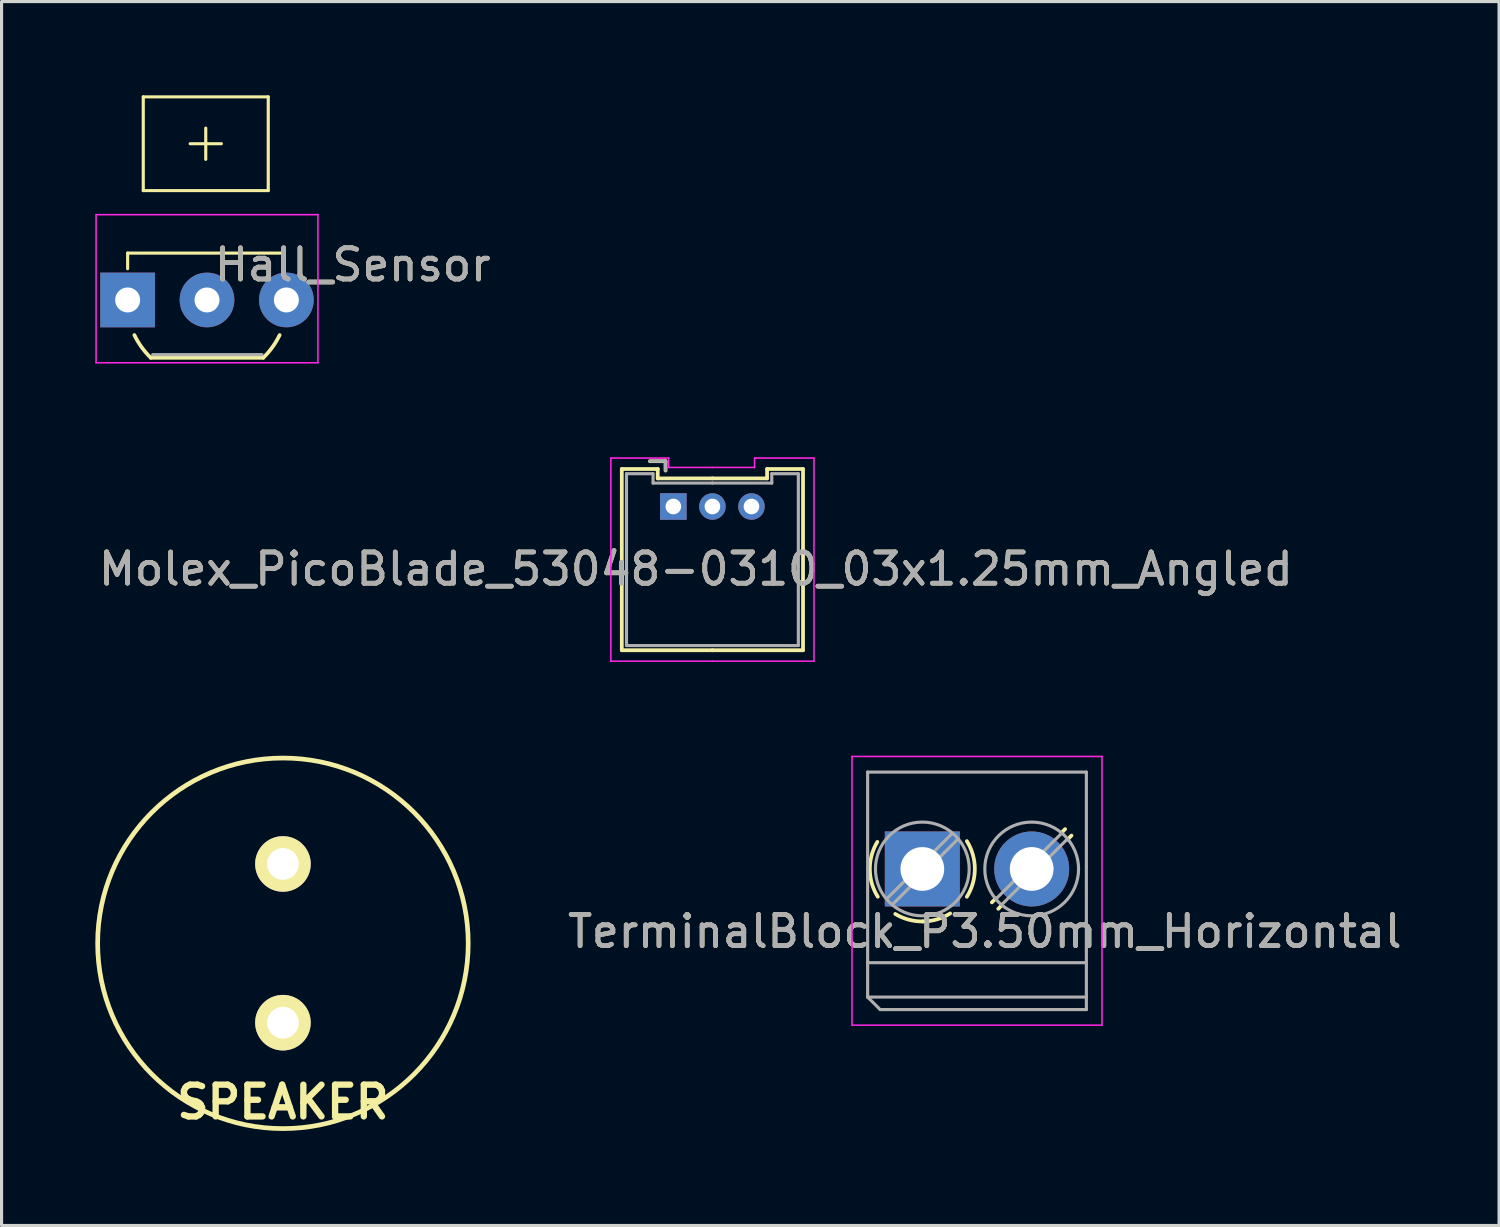
<source format=kicad_pcb>
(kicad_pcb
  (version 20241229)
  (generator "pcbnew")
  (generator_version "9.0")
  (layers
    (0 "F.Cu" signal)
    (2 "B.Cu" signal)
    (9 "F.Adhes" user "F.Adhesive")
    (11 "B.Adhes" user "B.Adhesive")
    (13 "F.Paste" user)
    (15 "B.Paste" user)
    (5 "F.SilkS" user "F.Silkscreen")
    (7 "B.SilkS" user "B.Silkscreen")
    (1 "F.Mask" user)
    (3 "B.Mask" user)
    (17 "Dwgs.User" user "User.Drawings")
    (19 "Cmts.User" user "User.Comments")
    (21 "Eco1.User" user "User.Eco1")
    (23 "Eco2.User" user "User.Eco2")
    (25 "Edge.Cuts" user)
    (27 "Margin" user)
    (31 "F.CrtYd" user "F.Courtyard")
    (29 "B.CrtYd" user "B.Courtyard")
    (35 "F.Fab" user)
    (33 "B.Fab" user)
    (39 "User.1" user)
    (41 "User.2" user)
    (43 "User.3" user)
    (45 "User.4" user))
  (footprint "Hall_Sensor"
    (layer "F.Cu")
    (at 1.035 6.55)
    (property "Reference" "Hall_Sensor" (at 7.205 -1.125 180) (layer "F.SilkS") (effects (font (size 1 1) (thickness 0.15))))
    (attr through_hole)
    (fp_line (start 0 -1.5) (end 5 -1.5) (stroke (width 0.1) (type solid)) (layer "F.SilkS"))
    (fp_line (start 0 -1) (end 0 -1.5) (stroke (width 0.1) (type solid)) (layer "F.SilkS"))
    (fp_line (start 0.5 -6.5) (end 4.5 -6.5) (stroke (width 0.1) (type solid)) (layer "F.SilkS"))
    (fp_line (start 0.5 -3.5) (end 0.5 -6.5) (stroke (width 0.1) (type solid)) (layer "F.SilkS"))
    (fp_line (start 0.74 1.85) (end 4.34 1.85) (stroke (width 0.12) (type solid)) (layer "F.SilkS"))
    (fp_line (start 2 -5) (end 3 -5) (stroke (width 0.1) (type solid)) (layer "F.SilkS"))
    (fp_line (start 2.5 -5.5) (end 2.5 -4.5) (stroke (width 0.1) (type solid)) (layer "F.SilkS"))
    (fp_line (start 4.5 -6.5) (end 4.5 -3.5) (stroke (width 0.1) (type solid)) (layer "F.SilkS"))
    (fp_line (start 4.5 -3.5) (end 0.5 -3.5) (stroke (width 0.1) (type solid)) (layer "F.SilkS"))
    (fp_line (start 5 -1.5) (end 5 -1) (stroke (width 0.1) (type solid)) (layer "F.SilkS"))
    (fp_arc (start 0.74 1.85) (mid 0.446097 1.509328) (end 0.215816 1.122795) (stroke (width 0.12) (type solid)) (layer "F.SilkS"))
    (fp_arc (start 4.864184 1.122795) (mid 4.633903 1.509328) (end 4.34 1.85) (stroke (width 0.12) (type solid)) (layer "F.SilkS"))
    (fp_line (start -1.01 -2.73) (end -1.01 2.01) (stroke (width 0.05) (type solid)) (layer "F.CrtYd"))
    (fp_line (start -1.01 -2.73) (end 6.09 -2.73) (stroke (width 0.05) (type solid)) (layer "F.CrtYd"))
    (fp_line (start 6.09 2.01) (end -1.01 2.01) (stroke (width 0.05) (type solid)) (layer "F.CrtYd"))
    (fp_line (start 6.09 2.01) (end 6.09 -2.73) (stroke (width 0.05) (type solid)) (layer "F.CrtYd"))
    (fp_line (start 0.8 1.75) (end 4.3 1.75) (stroke (width 0.1) (type solid)) (layer "F.Fab"))
    (fp_text user "${REFERENCE}" (at 7.205 -1.125 180) (layer "F.Fab") (effects (font (size 1 1) (thickness 0.15))))
    (pad "1" thru_hole rect (at 0 0 90) (size 1.75 1.75) (drill 0.8) (layers "*.Cu" "*.Mask"))
    (pad "2" thru_hole circle (at 2.54 0 90) (size 1.75 1.75) (drill 0.8) (layers "*.Cu" "*.Mask"))
    (pad "3" thru_hole circle (at 5.08 0 90) (size 1.75 1.75) (drill 0.8) (layers "*.Cu" "*.Mask")))
  (footprint "Molex_PicoBlade_53048-0310_03x1.25mm_Angled"
    (layer "F.Cu")
    (at 18.5 13.16)
    (property "Reference" "Molex_PicoBlade_53048-0310_03x1.25mm_Angled" (at 0.72 2 0) (layer "F.SilkS") (effects (font (size 1 1) (thickness 0.15))))
    (attr through_hole)
    (fp_line (start -1.65 -1.2) (end -1.65 4.6) (stroke (width 0.12) (type solid)) (layer "F.SilkS"))
    (fp_line (start -1.65 4.6) (end 1.25 4.6) (stroke (width 0.12) (type solid)) (layer "F.SilkS"))
    (fp_line (start -0.5 -1.2) (end -1.65 -1.2) (stroke (width 0.12) (type solid)) (layer "F.SilkS"))
    (fp_line (start -0.5 -0.9) (end -0.5 -1.2) (stroke (width 0.12) (type solid)) (layer "F.SilkS"))
    (fp_line (start -0.25 -1.45) (end -0.75 -1.45) (stroke (width 0.12) (type solid)) (layer "F.SilkS"))
    (fp_line (start -0.25 -1.15) (end -0.25 -1.45) (stroke (width 0.12) (type solid)) (layer "F.SilkS"))
    (fp_line (start 1.25 -0.9) (end -0.5 -0.9) (stroke (width 0.12) (type solid)) (layer "F.SilkS"))
    (fp_line (start 1.25 -0.9) (end 3 -0.9) (stroke (width 0.12) (type solid)) (layer "F.SilkS"))
    (fp_line (start 3 -1.2) (end 4.15 -1.2) (stroke (width 0.12) (type solid)) (layer "F.SilkS"))
    (fp_line (start 3 -0.9) (end 3 -1.2) (stroke (width 0.12) (type solid)) (layer "F.SilkS"))
    (fp_line (start 4.15 -1.2) (end 4.15 4.6) (stroke (width 0.12) (type solid)) (layer "F.SilkS"))
    (fp_line (start 4.15 4.6) (end 1.25 4.6) (stroke (width 0.12) (type solid)) (layer "F.SilkS"))
    (fp_line (start -2 -1.55) (end -2 4.95) (stroke (width 0.05) (type solid)) (layer "F.CrtYd"))
    (fp_line (start -2 4.95) (end 1.25 4.95) (stroke (width 0.05) (type solid)) (layer "F.CrtYd"))
    (fp_line (start -0.15 -1.55) (end -2 -1.55) (stroke (width 0.05) (type solid)) (layer "F.CrtYd"))
    (fp_line (start -0.15 -1.25) (end -0.15 -1.55) (stroke (width 0.05) (type solid)) (layer "F.CrtYd"))
    (fp_line (start 1.25 -1.25) (end -0.15 -1.25) (stroke (width 0.05) (type solid)) (layer "F.CrtYd"))
    (fp_line (start 1.25 -1.25) (end 2.6 -1.25) (stroke (width 0.05) (type solid)) (layer "F.CrtYd"))
    (fp_line (start 2.6 -1.55) (end 4.5 -1.55) (stroke (width 0.05) (type solid)) (layer "F.CrtYd"))
    (fp_line (start 2.6 -1.25) (end 2.6 -1.55) (stroke (width 0.05) (type solid)) (layer "F.CrtYd"))
    (fp_line (start 4.5 -1.55) (end 4.5 4.95) (stroke (width 0.05) (type solid)) (layer "F.CrtYd"))
    (fp_line (start 4.5 4.95) (end 1.25 4.95) (stroke (width 0.05) (type solid)) (layer "F.CrtYd"))
    (fp_line (start -1.5 -1.05) (end -1.5 4.45) (stroke (width 0.1) (type solid)) (layer "F.Fab"))
    (fp_line (start -1.5 4.45) (end 1.25 4.45) (stroke (width 0.1) (type solid)) (layer "F.Fab"))
    (fp_line (start -0.65 -1.05) (end -1.5 -1.05) (stroke (width 0.1) (type solid)) (layer "F.Fab"))
    (fp_line (start -0.65 -0.75) (end -0.65 -1.05) (stroke (width 0.1) (type solid)) (layer "F.Fab"))
    (fp_line (start -0.25 -1.45) (end -0.75 -1.45) (stroke (width 0.1) (type solid)) (layer "F.Fab"))
    (fp_line (start -0.25 -1.15) (end -0.25 -1.45) (stroke (width 0.1) (type solid)) (layer "F.Fab"))
    (fp_line (start 1.25 -0.75) (end -0.65 -0.75) (stroke (width 0.1) (type solid)) (layer "F.Fab"))
    (fp_line (start 1.25 -0.75) (end 3.15 -0.75) (stroke (width 0.1) (type solid)) (layer "F.Fab"))
    (fp_line (start 3.15 -1.05) (end 4 -1.05) (stroke (width 0.1) (type solid)) (layer "F.Fab"))
    (fp_line (start 3.15 -0.75) (end 3.15 -1.05) (stroke (width 0.1) (type solid)) (layer "F.Fab"))
    (fp_line (start 4 -1.05) (end 4 4.45) (stroke (width 0.1) (type solid)) (layer "F.Fab"))
    (fp_line (start 4 4.45) (end 1.25 4.45) (stroke (width 0.1) (type solid)) (layer "F.Fab"))
    (fp_text user "${REFERENCE}" (at 0.72 2 0) (layer "F.Fab") (effects (font (size 1 1) (thickness 0.15))))
    (pad "1" thru_hole rect (at 0 0) (size 0.85 0.85) (drill 0.5) (layers "*.Cu" "*.Mask"))
    (pad "2" thru_hole circle (at 1.25 0) (size 0.85 0.85) (drill 0.5) (layers "*.Cu" "*.Mask"))
    (pad "3" thru_hole circle (at 2.5 0) (size 0.85 0.85) (drill 0.5) (layers "*.Cu" "*.Mask")))
  (footprint "TerminalBlock_P3.50mm_Horizontal"
    (layer "F.Cu")
    (at 26.468 24.76)
    (property "Reference" "TerminalBlock_P3.50mm_Horizontal" (at 2 2 0) (layer "F.SilkS") (effects (font (size 1 1) (thickness 0.15))))
    (attr through_hole)
    (fp_line (start 2.355 0.941) (end 2.226 1.069) (stroke (width 0.12) (type solid)) (layer "F.SilkS"))
    (fp_line (start 2.525 1.181) (end 2.431 1.274) (stroke (width 0.12) (type solid)) (layer "F.SilkS"))
    (fp_line (start 4.57 -1.275) (end 4.476 -1.181) (stroke (width 0.12) (type solid)) (layer "F.SilkS"))
    (fp_line (start 4.775 -1.069) (end 4.646 -0.941) (stroke (width 0.12) (type solid)) (layer "F.SilkS"))
    (fp_arc (start -1.425358 0.889894) (mid -1.680286 0.014012) (end -1.44 -0.866) (stroke (width 0.12) (type solid)) (layer "F.SilkS"))
    (fp_arc (start 0.028674 1.680099) (mid -0.435535 1.622918) (end -0.866 1.44) (stroke (width 0.12) (type solid)) (layer "F.SilkS"))
    (fp_arc (start 0.890264 1.424721) (mid 0.463071 1.61492) (end 0 1.68) (stroke (width 0.12) (type solid)) (layer "F.SilkS"))
    (fp_arc (start 1.425504 -0.890193) (mid 1.680626 0.000476) (end 1.425 0.891) (stroke (width 0.12) (type solid)) (layer "F.SilkS"))
    (fp_line (start -2.25 -3.6) (end -2.25 5) (stroke (width 0.05) (type solid)) (layer "F.CrtYd"))
    (fp_line (start -2.25 5) (end 5.75 5) (stroke (width 0.05) (type solid)) (layer "F.CrtYd"))
    (fp_line (start 5.75 -3.6) (end -2.25 -3.6) (stroke (width 0.05) (type solid)) (layer "F.CrtYd"))
    (fp_line (start 5.75 5) (end 5.75 -3.6) (stroke (width 0.05) (type solid)) (layer "F.CrtYd"))
    (fp_line (start -1.75 -3.1) (end 5.25 -3.1) (stroke (width 0.1) (type solid)) (layer "F.Fab"))
    (fp_line (start -1.75 3) (end 5.25 3) (stroke (width 0.1) (type solid)) (layer "F.Fab"))
    (fp_line (start -1.75 4.1) (end -1.75 -3.1) (stroke (width 0.1) (type solid)) (layer "F.Fab"))
    (fp_line (start -1.75 4.1) (end 5.25 4.1) (stroke (width 0.1) (type solid)) (layer "F.Fab"))
    (fp_line (start -1.35 4.5) (end -1.75 4.1) (stroke (width 0.1) (type solid)) (layer "F.Fab"))
    (fp_line (start 0.955 -1.138) (end -1.138 0.955) (stroke (width 0.1) (type solid)) (layer "F.Fab"))
    (fp_line (start 1.138 -0.955) (end -0.955 1.138) (stroke (width 0.1) (type solid)) (layer "F.Fab"))
    (fp_line (start 4.455 -1.138) (end 2.363 0.955) (stroke (width 0.1) (type solid)) (layer "F.Fab"))
    (fp_line (start 4.638 -0.955) (end 2.546 1.138) (stroke (width 0.1) (type solid)) (layer "F.Fab"))
    (fp_line (start 5.25 -3.1) (end 5.25 4.5) (stroke (width 0.1) (type solid)) (layer "F.Fab"))
    (fp_line (start 5.25 4.5) (end -1.35 4.5) (stroke (width 0.1) (type solid)) (layer "F.Fab"))
    (fp_circle (center 0 0) (end 1.5 0) (stroke (width 0.1) (type solid)) (fill no) (layer "F.Fab"))
    (fp_circle (center 3.5 0) (end 5 0) (stroke (width 0.1) (type solid)) (fill no) (layer "F.Fab"))
    (fp_text user "${REFERENCE}" (at 2 2 0) (layer "F.Fab") (effects (font (size 1 1) (thickness 0.15))))
    (pad "1" thru_hole rect (at 0 0) (size 2.4 2.4) (drill 1.4) (layers "*.Cu" "*.Mask"))
    (pad "2" thru_hole circle (at 3.5 0) (size 2.4 2.4) (drill 1.4) (layers "*.Cu" "*.Mask")))
  (footprint "SPEAKER"
    (layer "F.Cu")
    (at 6.005 27.14)
    (property "Reference" "SPEAKER" (at 0 5.08 0) (layer "F.SilkS") (effects (font (size 1.016 1.016) (thickness 0.203))))
    (attr through_hole)
    (fp_circle (center 0 0) (end -5.842 -1.016) (stroke (width 0.15) (type solid)) (fill no) (layer "F.SilkS"))
    (pad "1" thru_hole circle (at 0 -2.54) (size 1.778 1.778) (drill 1.016) (layers "*.Cu" "*.Mask" "F.SilkS"))
    (pad "2" thru_hole circle (at 0 2.54) (size 1.778 1.778) (drill 1.016) (layers "*.Cu" "*.Mask" "F.SilkS")))
  (gr_rect
    (start -3 -3)
    (end 44.926 36.171)
    (stroke (width 0.1) (type default))
    (fill no)
    (layer "Edge.Cuts")))
</source>
